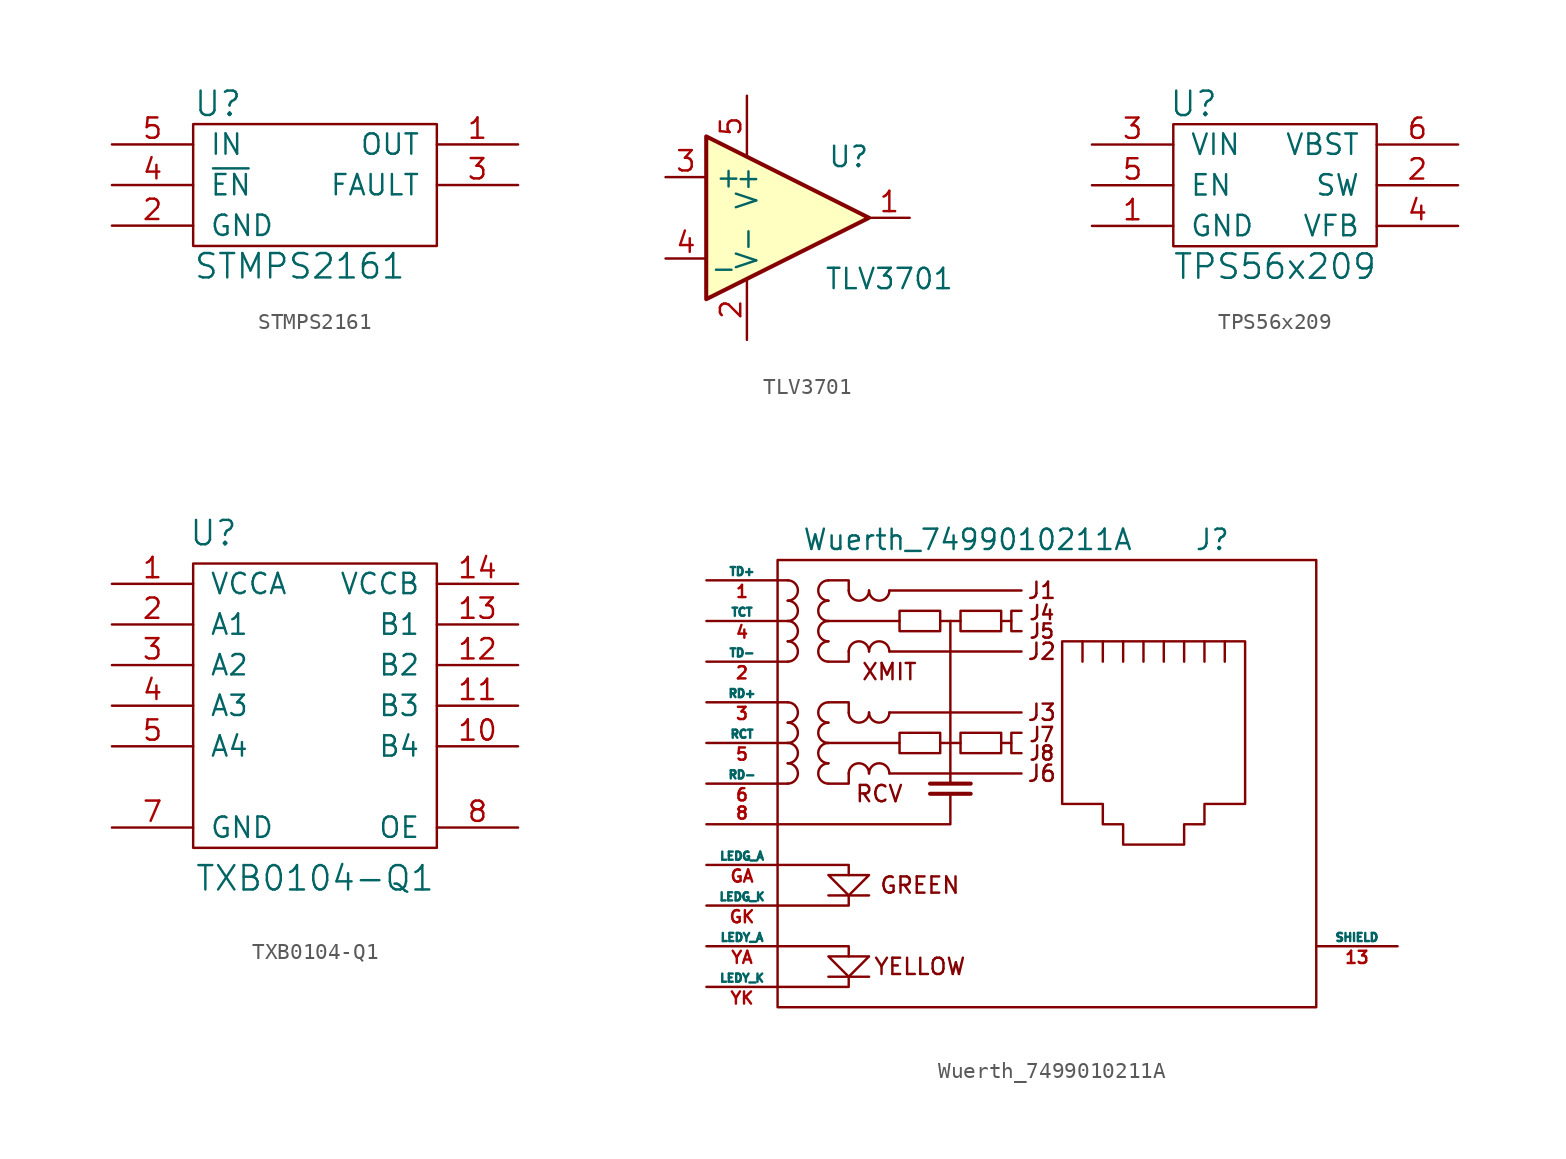
<source format=kicad_sym>
(kicad_symbol_lib
  (version 20211014)
  (generator kicad_symbol_editor)
  (symbol "STMPS2161"
    (pin_names
      (offset 1.016))
    (property "Reference" "U"
      (at -7.62 5.08 0)
      (effects (font (size 1.524 1.524)) (justify left)))
    (property "Value" "STMPS2161"
      (at -7.62 -5.08 0)
      (effects (font (size 1.524 1.524)) (justify left)))
    (symbol "STMPS2161_0_1"
      (rectangle (start -7.62 3.81) (end 7.62 -3.81) (stroke (width 0) (type default) (color 0 0 0 0)) (fill (type none))))
    (symbol "STMPS2161_1_1"
      (pin power_out line (at 12.7 2.54 180) (length 5.08) (name "OUT" (effects (font (size 1.27 1.27)))) (number "1" (effects (font (size 1.27 1.27)))))
      (pin power_in line (at -12.7 -2.54 0) (length 5.08) (name "GND" (effects (font (size 1.27 1.27)))) (number "2" (effects (font (size 1.27 1.27)))))
      (pin output line (at 12.7 0 180) (length 5.08) (name "FAULT" (effects (font (size 1.27 1.27)))) (number "3" (effects (font (size 1.27 1.27)))))
      (pin input line (at -12.7 0 0) (length 5.08) (name "~{EN}" (effects (font (size 1.27 1.27)))) (number "4" (effects (font (size 1.27 1.27)))))
      (pin power_in line (at -12.7 2.54 0) (length 5.08) (name "IN" (effects (font (size 1.27 1.27)))) (number "5" (effects (font (size 1.27 1.27)))))))
  (symbol "TLV3701"
    (property "Reference" "U"
      (at 3.81 3.81 0)
      (effects (font (size 1.27 1.27))))
    (property "Value" "TLV3701"
      (at 6.35 -3.81 0)
      (effects (font (size 1.27 1.27))))
    (property "Footprint" ""
      (at 0 0 0)
      (effects (font (size 1.27 1.27))))
    (property "Datasheet" ""
      (at 0 0 0)
      (effects (font (size 1.27 1.27))))
    (symbol "TLV3701_0_1"
      (polyline (pts (xy -5.08 5.08) (xy 5.08 0) (xy -5.08 -5.08) (xy -5.08 5.08)) (stroke (width 0.254) (type default) (color 0 0 0 0)) (fill (type background))))
    (symbol "TLV3701_1_1"
      (pin open_collector line (at 7.62 0 180) (length 2.54) (name "~" (effects (font (size 1.27 1.27)))) (number "1" (effects (font (size 1.27 1.27)))))
      (pin power_in line (at -2.54 -7.62 90) (length 3.81) (name "V-" (effects (font (size 1.27 1.27)))) (number "2" (effects (font (size 1.27 1.27)))))
      (pin input line (at -7.62 2.54 0) (length 2.54) (name "+" (effects (font (size 1.27 1.27)))) (number "3" (effects (font (size 1.27 1.27)))))
      (pin input line (at -7.62 -2.54 0) (length 2.54) (name "_" (effects (font (size 1.27 1.27)))) (number "4" (effects (font (size 1.27 1.27)))))
      (pin power_in line (at -2.54 7.62 270) (length 3.81) (name "V+" (effects (font (size 1.27 1.27)))) (number "5" (effects (font (size 1.27 1.27)))))))
  (symbol "TPS56x209"
    (pin_names
      (offset 1.016))
    (property "Reference" "U"
      (at -5.08 5.08 0)
      (effects (font (size 1.524 1.524))))
    (property "Value" "TPS56x209"
      (at 0 -5.08 0)
      (effects (font (size 1.524 1.524))))
    (symbol "TPS56x209_0_1"
      (rectangle (start -6.35 3.81) (end 6.35 -3.81) (stroke (width 0) (type default) (color 0 0 0 0)) (fill (type none))))
    (symbol "TPS56x209_1_1"
      (pin power_in line (at -11.43 -2.54 0) (length 5.08) (name "GND" (effects (font (size 1.27 1.27)))) (number "1" (effects (font (size 1.27 1.27)))))
      (pin power_out line (at 11.43 0 180) (length 5.08) (name "SW" (effects (font (size 1.27 1.27)))) (number "2" (effects (font (size 1.27 1.27)))))
      (pin power_in line (at -11.43 2.54 0) (length 5.08) (name "VIN" (effects (font (size 1.27 1.27)))) (number "3" (effects (font (size 1.27 1.27)))))
      (pin input line (at 11.43 -2.54 180) (length 5.08) (name "VFB" (effects (font (size 1.27 1.27)))) (number "4" (effects (font (size 1.27 1.27)))))
      (pin input line (at -11.43 0 0) (length 5.08) (name "EN" (effects (font (size 1.27 1.27)))) (number "5" (effects (font (size 1.27 1.27)))))
      (pin input line (at 11.43 2.54 180) (length 5.08) (name "VBST" (effects (font (size 1.27 1.27)))) (number "6" (effects (font (size 1.27 1.27)))))))
  (symbol "TXB0104-Q1"
    (pin_names
      (offset 1.016))
    (property "Reference" "U"
      (at 6.35 3.175 0)
      (effects (font (size 1.524 1.524))))
    (property "Value" "TXB0104-Q1"
      (at 12.7 -18.415 0)
      (effects (font (size 1.524 1.524))))
    (property "Footprint" ""
      (at 0 0 0)
      (effects (font (size 1.524 1.524))))
    (property "Datasheet" ""
      (at 0 0 0)
      (effects (font (size 1.524 1.524))))
    (symbol "TXB0104-Q1_0_1"
      (rectangle (start 5.08 1.27) (end 20.32 -16.51) (stroke (width 0) (type default) (color 0 0 0 0)) (fill (type none))))
    (symbol "TXB0104-Q1_1_1"
      (pin power_in line (at 0 0 0) (length 5.08) (name "VCCA" (effects (font (size 1.27 1.27)))) (number "1" (effects (font (size 1.27 1.27)))))
      (pin bidirectional line (at 25.4 -10.16 180) (length 5.08) (name "B4" (effects (font (size 1.27 1.27)))) (number "10" (effects (font (size 1.27 1.27)))))
      (pin bidirectional line (at 25.4 -7.62 180) (length 5.08) (name "B3" (effects (font (size 1.27 1.27)))) (number "11" (effects (font (size 1.27 1.27)))))
      (pin bidirectional line (at 25.4 -5.08 180) (length 5.08) (name "B2" (effects (font (size 1.27 1.27)))) (number "12" (effects (font (size 1.27 1.27)))))
      (pin bidirectional line (at 25.4 -2.54 180) (length 5.08) (name "B1" (effects (font (size 1.27 1.27)))) (number "13" (effects (font (size 1.27 1.27)))))
      (pin power_in line (at 25.4 0 180) (length 5.08) (name "VCCB" (effects (font (size 1.27 1.27)))) (number "14" (effects (font (size 1.27 1.27)))))
      (pin bidirectional line (at 0 -2.54 0) (length 5.08) (name "A1" (effects (font (size 1.27 1.27)))) (number "2" (effects (font (size 1.27 1.27)))))
      (pin bidirectional line (at 0 -5.08 0) (length 5.08) (name "A2" (effects (font (size 1.27 1.27)))) (number "3" (effects (font (size 1.27 1.27)))))
      (pin bidirectional line (at 0 -7.62 0) (length 5.08) (name "A3" (effects (font (size 1.27 1.27)))) (number "4" (effects (font (size 1.27 1.27)))))
      (pin bidirectional line (at 0 -10.16 0) (length 5.08) (name "A4" (effects (font (size 1.27 1.27)))) (number "5" (effects (font (size 1.27 1.27)))))
      (pin no_connect line (at 0 -12.7 0) (length 5.08) hide (name "NC" (effects (font (size 1.27 1.27)))) (number "6" (effects (font (size 1.27 1.27)))))
      (pin power_in line (at 0 -15.24 0) (length 5.08) (name "GND" (effects (font (size 1.27 1.27)))) (number "7" (effects (font (size 1.27 1.27)))))
      (pin input line (at 25.4 -15.24 180) (length 5.08) (name "OE" (effects (font (size 1.27 1.27)))) (number "8" (effects (font (size 1.27 1.27)))))
      (pin no_connect line (at 25.4 -12.7 180) (length 5.08) hide (name "NC" (effects (font (size 1.27 1.27)))) (number "9" (effects (font (size 1.27 1.27)))))))
  (symbol "Wuerth_7499010211A"
    (pin_names
      (offset 0))
    (property "Reference" "J"
      (at 2.54 15.24 0)
      (effects (font (size 1.27 1.27)) (justify left)))
    (property "Value" "Wuerth_7499010211A"
      (at -1.27 15.24 0)
      (effects (font (size 1.27 1.27)) (justify right)))
    (property "Footprint" ""
      (at 0 0 0)
      (effects (font (size 1.27 1.27))))
    (property "Datasheet" ""
      (at 0 0 0)
      (effects (font (size 1.27 1.27))))
    (symbol "Wuerth_7499010211A_0_0"
      (polyline (pts (xy -17.78 -12.065) (xy -20.32 -12.065) (xy -20.32 -12.065)) (stroke (width 0) (type default) (color 0 0 0 0)) (fill (type none)))
      (polyline (pts (xy -17.78 -6.985) (xy -20.32 -6.985) (xy -20.32 -6.985)) (stroke (width 0) (type default) (color 0 0 0 0)) (fill (type none)))
      (polyline (pts (xy -12.7 2.54) (xy -12.7 0) (xy -12.7 0)) (stroke (width 0) (type default) (color 0 0 0 0)) (fill (type none)))
      (polyline (pts (xy -12.7 10.16) (xy -12.7 2.54) (xy -12.7 2.54)) (stroke (width 0) (type default) (color 0 0 0 0)) (fill (type none)))
      (polyline (pts (xy -11.43 -0.635) (xy -13.97 -0.635) (xy -13.97 -0.635)) (stroke (width 0.254) (type default) (color 0 0 0 0)) (fill (type none)))
      (polyline (pts (xy -8.89 2.54) (xy -9.525 2.54) (xy -9.525 2.54)) (stroke (width 0) (type default) (color 0 0 0 0)) (fill (type none)))
      (polyline (pts (xy -8.89 10.16) (xy -9.525 10.16) (xy -9.525 10.16)) (stroke (width 0) (type default) (color 0 0 0 0)) (fill (type none)))
      (polyline (pts (xy -23.495 -12.7) (xy -19.05 -12.7) (xy -19.05 -12.065) (xy -19.05 -12.065)) (stroke (width 0) (type default) (color 0 0 0 0)) (fill (type none)))
      (polyline (pts (xy -23.495 -10.16) (xy -19.05 -10.16) (xy -19.05 -10.795) (xy -19.05 -10.795)) (stroke (width 0) (type default) (color 0 0 0 0)) (fill (type none)))
      (polyline (pts (xy -23.495 -5.08) (xy -19.05 -5.08) (xy -19.05 -5.715) (xy -19.05 -5.715)) (stroke (width 0) (type default) (color 0 0 0 0)) (fill (type none)))
      (polyline (pts (xy -19.05 -6.985) (xy -19.05 -7.62) (xy -23.495 -7.62) (xy -22.86 -7.62)) (stroke (width 0) (type default) (color 0 0 0 0)) (fill (type none)))
      (polyline (pts (xy -12.7 -0.635) (xy -12.7 -2.54) (xy -23.495 -2.54) (xy -22.225 -2.54)) (stroke (width 0) (type default) (color 0 0 0 0)) (fill (type none)))
      (polyline (pts (xy -11.43 0) (xy -13.335 0) (xy -13.97 0) (xy -13.97 0)) (stroke (width 0.254) (type default) (color 0 0 0 0)) (fill (type none)))
      (polyline (pts (xy -20.32 -5.715) (xy -17.78 -5.715) (xy -19.05 -6.985) (xy -20.32 -5.715) (xy -20.32 -5.715)) (stroke (width 0) (type default) (color 0 0 0 0)) (fill (type none)))
      (polyline (pts (xy -17.78 -10.795) (xy -20.32 -10.795) (xy -19.05 -12.065) (xy -17.78 -10.795) (xy -17.78 -10.795)) (stroke (width 0) (type default) (color 0 0 0 0)) (fill (type none)))
      (polyline (pts (xy -8.255 3.175) (xy -8.89 3.175) (xy -8.89 1.905) (xy -8.255 1.905) (xy -8.255 1.905)) (stroke (width 0) (type default) (color 0 0 0 0)) (fill (type none)))
      (polyline (pts (xy -8.255 10.795) (xy -8.89 10.795) (xy -8.89 9.525) (xy -8.255 9.525) (xy -8.255 9.525)) (stroke (width 0) (type default) (color 0 0 0 0)) (fill (type none)))
      (text "GREEN" (at -14.605 -6.35 0) (effects (font (size 1.016 1.016))))
      (text "J1" (at -6.985 12.065 0) (effects (font (size 1.016 1.016))))
      (text "J2" (at -6.985 8.255 0) (effects (font (size 1.016 1.016))))
      (text "J3" (at -6.985 4.445 0) (effects (font (size 1.016 1.016))))
      (text "J4" (at -6.985 10.16 0) (effects (font (size 0.889 0.889)) (justify bottom)))
      (text "J5" (at -6.985 9.525 0) (effects (font (size 0.889 0.889))))
      (text "J6" (at -6.985 0.635 0) (effects (font (size 1.016 1.016))))
      (text "J7" (at -6.985 2.54 0) (effects (font (size 0.889 0.889)) (justify bottom)))
      (text "J8" (at -6.985 1.905 0) (effects (font (size 0.889 0.889))))
      (text "RCV" (at -17.145 -0.635 0) (effects (font (size 1.016 1.016))))
      (text "XMIT" (at -16.51 6.985 0) (effects (font (size 1.016 1.016))))
      (text "YELLOW" (at -14.605 -11.43 0) (effects (font (size 1.016 1.016)))))
    (symbol "Wuerth_7499010211A_0_1"
      (rectangle (start -23.495 -13.97) (end 10.16 13.97) (stroke (width 0) (type default) (color 0 0 0 0)) (fill (type none)))
      (arc (start -22.86 0) (mid -22.225 0.635) (end -22.86 1.27) (stroke (width 0) (type default) (color 0 0 0 0)) (fill (type none)))
      (arc (start -22.86 1.27) (mid -22.225 1.905) (end -22.86 2.54) (stroke (width 0) (type default) (color 0 0 0 0)) (fill (type none)))
      (arc (start -22.86 2.54) (mid -22.225 3.175) (end -22.86 3.81) (stroke (width 0) (type default) (color 0 0 0 0)) (fill (type none)))
      (arc (start -22.86 3.81) (mid -22.225 4.445) (end -22.86 5.08) (stroke (width 0) (type default) (color 0 0 0 0)) (fill (type none)))
      (arc (start -22.86 7.62) (mid -22.225 8.255) (end -22.86 8.89) (stroke (width 0) (type default) (color 0 0 0 0)) (fill (type none)))
      (arc (start -22.86 8.89) (mid -22.225 9.525) (end -22.86 10.16) (stroke (width 0) (type default) (color 0 0 0 0)) (fill (type none)))
      (arc (start -22.86 10.16) (mid -22.225 10.795) (end -22.86 11.43) (stroke (width 0) (type default) (color 0 0 0 0)) (fill (type none)))
      (arc (start -22.86 11.43) (mid -22.225 12.065) (end -22.86 12.7) (stroke (width 0) (type default) (color 0 0 0 0)) (fill (type none)))
      (arc (start -20.32 1.27) (mid -20.955 0.635) (end -20.32 0) (stroke (width 0) (type default) (color 0 0 0 0)) (fill (type none)))
      (arc (start -20.32 2.54) (mid -20.955 1.905) (end -20.32 1.27) (stroke (width 0) (type default) (color 0 0 0 0)) (fill (type none)))
      (arc (start -20.32 3.81) (mid -20.955 3.175) (end -20.32 2.54) (stroke (width 0) (type default) (color 0 0 0 0)) (fill (type none)))
      (arc (start -20.32 5.08) (mid -20.955 4.445) (end -20.32 3.81) (stroke (width 0) (type default) (color 0 0 0 0)) (fill (type none)))
      (arc (start -20.32 8.89) (mid -20.955 8.255) (end -20.32 7.62) (stroke (width 0) (type default) (color 0 0 0 0)) (fill (type none)))
      (arc (start -20.32 10.16) (mid -20.955 9.525) (end -20.32 8.89) (stroke (width 0) (type default) (color 0 0 0 0)) (fill (type none)))
      (arc (start -20.32 11.43) (mid -20.955 10.795) (end -20.32 10.16) (stroke (width 0) (type default) (color 0 0 0 0)) (fill (type none)))
      (arc (start -20.32 12.7) (mid -20.955 12.065) (end -20.32 11.43) (stroke (width 0) (type default) (color 0 0 0 0)) (fill (type none)))
      (arc (start -19.05 4.445) (mid -18.415 3.81) (end -17.78 4.445) (stroke (width 0) (type default) (color 0 0 0 0)) (fill (type none)))
      (arc (start -19.05 12.065) (mid -18.415 11.43) (end -17.78 12.065) (stroke (width 0) (type default) (color 0 0 0 0)) (fill (type none)))
      (arc (start -17.78 0.635) (mid -18.415 1.27) (end -19.05 0.635) (stroke (width 0) (type default) (color 0 0 0 0)) (fill (type none)))
      (arc (start -17.78 4.445) (mid -17.145 3.81) (end -16.51 4.445) (stroke (width 0) (type default) (color 0 0 0 0)) (fill (type none)))
      (arc (start -17.78 8.255) (mid -18.415 8.89) (end -19.05 8.255) (stroke (width 0) (type default) (color 0 0 0 0)) (fill (type none)))
      (arc (start -17.78 12.065) (mid -17.145 11.43) (end -16.51 12.065) (stroke (width 0) (type default) (color 0 0 0 0)) (fill (type none)))
      (arc (start -16.51 0.635) (mid -17.145 1.27) (end -17.78 0.635) (stroke (width 0) (type default) (color 0 0 0 0)) (fill (type none)))
      (arc (start -16.51 8.255) (mid -17.145 8.89) (end -17.78 8.255) (stroke (width 0) (type default) (color 0 0 0 0)) (fill (type none)))
      (rectangle (start -15.875 3.175) (end -13.335 1.905) (stroke (width 0) (type default) (color 0 0 0 0)) (fill (type none)))
      (rectangle (start -15.875 10.795) (end -13.335 9.525) (stroke (width 0) (type default) (color 0 0 0 0)) (fill (type none)))
      (rectangle (start -12.065 3.175) (end -9.525 1.905) (stroke (width 0) (type default) (color 0 0 0 0)) (fill (type none)))
      (rectangle (start -12.065 10.795) (end -9.525 9.525) (stroke (width 0) (type default) (color 0 0 0 0)) (fill (type none)))
      (polyline (pts (xy -22.86 0) (xy -23.495 0) (xy -23.495 0)) (stroke (width 0) (type default) (color 0 0 0 0)) (fill (type none)))
      (polyline (pts (xy -22.86 2.54) (xy -23.495 2.54) (xy -23.495 2.54)) (stroke (width 0) (type default) (color 0 0 0 0)) (fill (type none)))
      (polyline (pts (xy -22.86 5.08) (xy -23.495 5.08) (xy -23.495 5.08)) (stroke (width 0) (type default) (color 0 0 0 0)) (fill (type none)))
      (polyline (pts (xy -22.86 7.62) (xy -23.495 7.62) (xy -23.495 7.62)) (stroke (width 0) (type default) (color 0 0 0 0)) (fill (type none)))
      (polyline (pts (xy -22.86 10.16) (xy -23.495 10.16) (xy -23.495 10.16)) (stroke (width 0) (type default) (color 0 0 0 0)) (fill (type none)))
      (polyline (pts (xy -16.51 0.635) (xy -8.255 0.635) (xy -8.255 0.635)) (stroke (width 0) (type default) (color 0 0 0 0)) (fill (type none)))
      (polyline (pts (xy -16.51 4.445) (xy -8.255 4.445) (xy -8.255 4.445)) (stroke (width 0) (type default) (color 0 0 0 0)) (fill (type none)))
      (polyline (pts (xy -16.51 8.255) (xy -8.255 8.255) (xy -8.255 8.255)) (stroke (width 0) (type default) (color 0 0 0 0)) (fill (type none)))
      (polyline (pts (xy -16.51 12.065) (xy -8.255 12.065) (xy -8.255 12.065)) (stroke (width 0) (type default) (color 0 0 0 0)) (fill (type none)))
      (polyline (pts (xy -13.335 2.54) (xy -12.065 2.54) (xy -12.065 2.54)) (stroke (width 0) (type default) (color 0 0 0 0)) (fill (type none)))
      (polyline (pts (xy -13.335 10.16) (xy -12.065 10.16) (xy -12.065 10.16)) (stroke (width 0) (type default) (color 0 0 0 0)) (fill (type none)))
      (polyline (pts (xy -4.445 7.62) (xy -4.445 8.89) (xy -4.445 8.89)) (stroke (width 0) (type default) (color 0 0 0 0)) (fill (type none)))
      (polyline (pts (xy -3.175 8.89) (xy -3.175 7.62) (xy -3.175 7.62)) (stroke (width 0) (type default) (color 0 0 0 0)) (fill (type none)))
      (polyline (pts (xy -1.905 8.89) (xy -1.905 7.62) (xy -1.905 7.62)) (stroke (width 0) (type default) (color 0 0 0 0)) (fill (type none)))
      (polyline (pts (xy -0.635 8.89) (xy -0.635 7.62) (xy -0.635 7.62)) (stroke (width 0) (type default) (color 0 0 0 0)) (fill (type none)))
      (polyline (pts (xy 0.635 8.89) (xy 0.635 7.62) (xy 0.635 7.62)) (stroke (width 0) (type default) (color 0 0 0 0)) (fill (type none)))
      (polyline (pts (xy 1.905 8.89) (xy 1.905 7.62) (xy 1.905 7.62)) (stroke (width 0) (type default) (color 0 0 0 0)) (fill (type none)))
      (polyline (pts (xy 3.175 7.62) (xy 3.175 8.89) (xy 3.175 8.89)) (stroke (width 0) (type default) (color 0 0 0 0)) (fill (type none)))
      (polyline (pts (xy 4.445 7.62) (xy 4.445 8.89) (xy 4.445 8.89)) (stroke (width 0) (type default) (color 0 0 0 0)) (fill (type none)))
      (polyline (pts (xy -22.86 12.7) (xy -23.495 12.7) (xy -23.495 12.7) (xy -23.495 12.7)) (stroke (width 0) (type default) (color 0 0 0 0)) (fill (type none)))
      (polyline (pts (xy -19.05 0.635) (xy -19.05 0) (xy -20.32 0) (xy -20.32 0)) (stroke (width 0) (type default) (color 0 0 0 0)) (fill (type none)))
      (polyline (pts (xy -19.05 8.255) (xy -19.05 7.62) (xy -20.32 7.62) (xy -20.32 7.62)) (stroke (width 0) (type default) (color 0 0 0 0)) (fill (type none)))
      (polyline (pts (xy -15.875 2.54) (xy -20.32 2.54) (xy -20.32 2.54) (xy -20.32 2.54)) (stroke (width 0) (type default) (color 0 0 0 0)) (fill (type none)))
      (polyline (pts (xy -15.875 10.16) (xy -20.32 10.16) (xy -20.32 10.16) (xy -20.32 10.16)) (stroke (width 0) (type default) (color 0 0 0 0)) (fill (type none)))
      (polyline (pts (xy -20.32 5.08) (xy -19.05 5.08) (xy -19.05 4.445) (xy -19.05 4.445) (xy -19.05 4.445) (xy -19.05 4.445)) (stroke (width 0) (type default) (color 0 0 0 0)) (fill (type none)))
      (polyline (pts (xy -20.32 12.7) (xy -19.05 12.7) (xy -19.05 12.065) (xy -19.05 12.065) (xy -19.05 12.065) (xy -19.05 12.065)) (stroke (width 0) (type default) (color 0 0 0 0)) (fill (type none)))
      (polyline (pts (xy -5.715 8.89) (xy 5.715 8.89) (xy 5.715 -1.27) (xy 3.175 -1.27) (xy 3.175 -2.54) (xy 1.905 -2.54) (xy 1.905 -3.81) (xy -1.905 -3.81) (xy -1.905 -2.54) (xy -3.175 -2.54) (xy -3.175 -1.27) (xy -5.715 -1.27) (xy -5.715 8.89) (xy -5.715 8.89)) (stroke (width 0) (type default) (color 0 0 0 0)) (fill (type none))))
    (symbol "Wuerth_7499010211A_1_1"
      (pin passive line (at -27.94 12.7 0) (length 4.445) (name "TD+" (effects (font (size 0.508 0.508)))) (number "1" (effects (font (size 0.762 0.762)))))
      (pin passive line (at 15.24 -10.16 180) (length 5.08) (name "SHIELD" (effects (font (size 0.508 0.508)))) (number "13" (effects (font (size 0.762 0.762)))))
      (pin passive line (at -27.94 7.62 0) (length 4.445) (name "TD-" (effects (font (size 0.508 0.508)))) (number "2" (effects (font (size 0.762 0.762)))))
      (pin passive line (at -27.94 5.08 0) (length 4.445) (name "RD+" (effects (font (size 0.508 0.508)))) (number "3" (effects (font (size 0.762 0.762)))))
      (pin passive line (at -27.94 10.16 0) (length 4.445) (name "TCT" (effects (font (size 0.508 0.508)))) (number "4" (effects (font (size 0.762 0.762)))))
      (pin passive line (at -27.94 2.54 0) (length 4.445) (name "RCT" (effects (font (size 0.508 0.508)))) (number "5" (effects (font (size 0.762 0.762)))))
      (pin passive line (at -27.94 0 0) (length 4.445) (name "RD-" (effects (font (size 0.508 0.508)))) (number "6" (effects (font (size 0.762 0.762)))))
      (pin passive line (at -27.94 -2.54 0) (length 4.445) (name "~" (effects (font (size 0.508 0.508)))) (number "8" (effects (font (size 0.762 0.762)))))
      (pin passive line (at -27.94 -5.08 0) (length 4.445) (name "LEDG_A" (effects (font (size 0.508 0.508)))) (number "GA" (effects (font (size 0.762 0.762)))))
      (pin passive line (at -27.94 -7.62 0) (length 4.445) (name "LEDG_K" (effects (font (size 0.508 0.508)))) (number "GK" (effects (font (size 0.762 0.762)))))
      (pin passive line (at -27.94 -10.16 0) (length 4.445) (name "LEDY_A" (effects (font (size 0.508 0.508)))) (number "YA" (effects (font (size 0.762 0.762)))))
      (pin passive line (at -27.94 -12.7 0) (length 4.445) (name "LEDY_K" (effects (font (size 0.508 0.508)))) (number "YK" (effects (font (size 0.762 0.762))))))))
</source>
